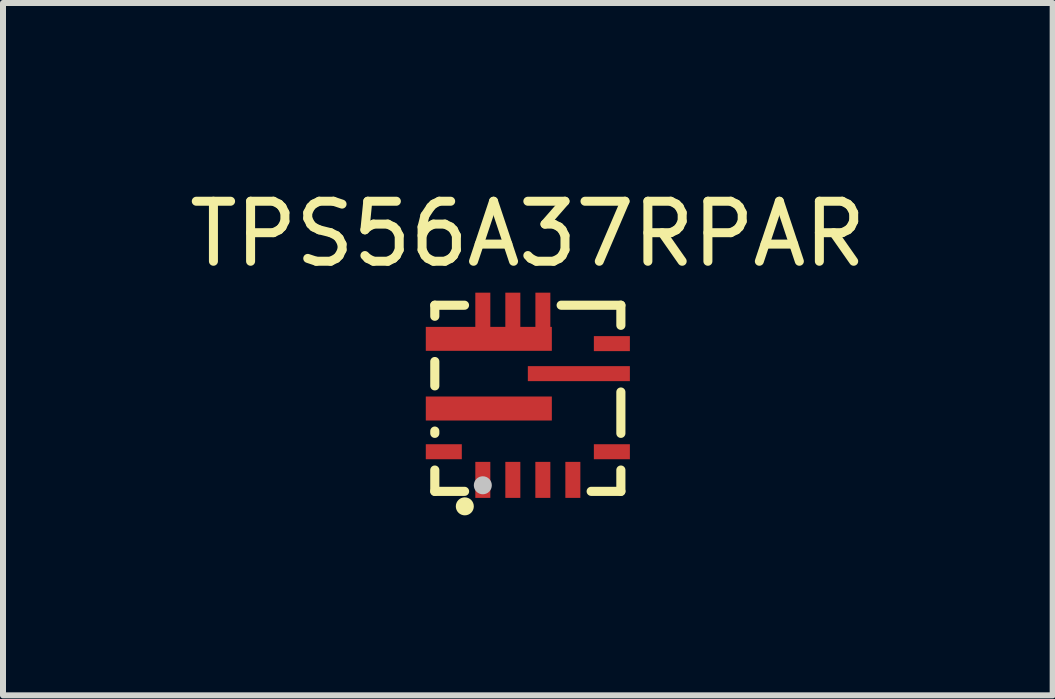
<source format=kicad_pcb>
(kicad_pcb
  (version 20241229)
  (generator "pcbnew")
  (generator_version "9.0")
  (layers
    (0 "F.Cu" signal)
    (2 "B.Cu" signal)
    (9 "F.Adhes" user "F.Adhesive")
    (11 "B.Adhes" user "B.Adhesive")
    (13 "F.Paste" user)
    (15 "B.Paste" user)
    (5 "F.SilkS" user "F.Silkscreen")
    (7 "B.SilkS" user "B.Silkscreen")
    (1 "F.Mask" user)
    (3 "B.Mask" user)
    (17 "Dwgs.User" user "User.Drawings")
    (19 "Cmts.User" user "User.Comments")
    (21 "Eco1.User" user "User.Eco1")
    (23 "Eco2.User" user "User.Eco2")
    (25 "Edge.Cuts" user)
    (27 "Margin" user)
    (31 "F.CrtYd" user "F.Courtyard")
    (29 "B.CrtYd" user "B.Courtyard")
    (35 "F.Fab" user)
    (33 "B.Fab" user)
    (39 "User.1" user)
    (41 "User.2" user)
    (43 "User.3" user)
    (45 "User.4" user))
  (footprint "TPS56A37RPAR"
    (layer "F.Cu")
    (at 5.744 3.628)
    (property "Reference" "TPS56A37RPAR" (at 0 -2.78 0) (layer "F.SilkS") (effects (font (size 1 1) (thickness 0.15))))
    (fp_line (start -1.55 -1.593) (end -1.55 -1.409) (stroke (width 0.152) (type default)) (layer "F.SilkS"))
    (fp_line (start -1.55 -0.655) (end -1.55 -0.249) (stroke (width 0.152) (type default)) (layer "F.SilkS"))
    (fp_line (start -1.55 0.504) (end -1.55 0.542) (stroke (width 0.152) (type default)) (layer "F.SilkS"))
    (fp_line (start -1.55 1.153) (end -1.55 1.508) (stroke (width 0.152) (type default)) (layer "F.SilkS"))
    (fp_line (start -1.55 1.508) (end -1.054 1.508) (stroke (width 0.152) (type default)) (layer "F.SilkS"))
    (fp_line (start -1.055 -1.593) (end -1.55 -1.593) (stroke (width 0.152) (type default)) (layer "F.SilkS"))
    (fp_line (start 1.055 1.508) (end 1.55 1.508) (stroke (width 0.152) (type default)) (layer "F.SilkS"))
    (fp_line (start 1.55 -1.593) (end 0.555 -1.593) (stroke (width 0.152) (type default)) (layer "F.SilkS"))
    (fp_line (start 1.55 -1.258) (end 1.55 -1.593) (stroke (width 0.152) (type default)) (layer "F.SilkS"))
    (fp_line (start 1.55 0.542) (end 1.55 -0.147) (stroke (width 0.152) (type default)) (layer "F.SilkS"))
    (fp_line (start 1.55 1.508) (end 1.55 1.153) (stroke (width 0.152) (type default)) (layer "F.SilkS"))
    (fp_circle (center -1.05 1.758) (end -0.975 1.758) (stroke (width 0.15) (type default)) (fill no) (layer "F.SilkS"))
    (fp_poly (pts (xy -1.7 -0.072) (xy -1.7 0.328) (xy 0.4 0.328) (xy 0.4 -0.072) (xy 0.337 -0.072)) (stroke (width 0) (type default)) (fill yes) (layer "F.Paste"))
    (fp_poly (pts (xy -1.7 0.723) (xy -1.7 0.973) (xy -1.1 0.973) (xy -1.1 0.723) (xy -1.177 0.723)) (stroke (width 0) (type default)) (fill yes) (layer "F.Paste"))
    (fp_poly (pts (xy -0.625 1.018) (xy -0.875 1.018) (xy -0.875 1.617) (xy -0.625 1.617) (xy -0.625 1.54)) (stroke (width 0) (type default)) (fill yes) (layer "F.Paste"))
    (fp_poly (pts (xy -0.125 1.018) (xy -0.375 1.018) (xy -0.375 1.617) (xy -0.125 1.617) (xy -0.125 1.54)) (stroke (width 0) (type default)) (fill yes) (layer "F.Paste"))
    (fp_poly (pts (xy 0.375 1.018) (xy 0.125 1.018) (xy 0.125 1.617) (xy 0.375 1.617) (xy 0.375 1.54)) (stroke (width 0) (type default)) (fill yes) (layer "F.Paste"))
    (fp_poly (pts (xy 0.875 1.018) (xy 0.625 1.018) (xy 0.625 1.617) (xy 0.875 1.617) (xy 0.875 1.54)) (stroke (width 0) (type default)) (fill yes) (layer "F.Paste"))
    (fp_poly (pts (xy 1.699 -0.328) (xy 1.699 -0.578) (xy 0 -0.578) (xy 0 -0.328) (xy 0.699 -0.328)) (stroke (width 0) (type default)) (fill yes) (layer "F.Paste"))
    (fp_poly (pts (xy 1.7 -0.828) (xy 1.7 -1.077) (xy 1.1 -1.077) (xy 1.1 -0.828) (xy 1.177 -0.828)) (stroke (width 0) (type default)) (fill yes) (layer "F.Paste"))
    (fp_poly (pts (xy 1.7 0.973) (xy 1.7 0.723) (xy 1.1 0.723) (xy 1.1 0.973) (xy 1.177 0.973)) (stroke (width 0) (type default)) (fill yes) (layer "F.Paste"))
    (fp_circle (center -0.75 1.407) (end -0.675 1.407) (stroke (width 0.15) (type default)) (fill no) (layer "Dwgs.User"))
    (fp_poly (pts (xy -1.5 -0.833) (xy -1.5 -1.232) (xy 0.4 -1.232) (xy 0.4 -0.833)) (stroke (width 0.1) (type default)) (fill no) (layer "User.1"))
    (fp_poly (pts (xy -1.5 0.328) (xy -1.5 -0.072) (xy 0.4 -0.072) (xy 0.4 0.328)) (stroke (width 0.1) (type default)) (fill no) (layer "User.1"))
    (fp_poly (pts (xy -1.1 0.973) (xy -1.5 0.973) (xy -1.5 0.723) (xy -1.1 0.723)) (stroke (width 0.1) (type default)) (fill no) (layer "User.1"))
    (fp_poly (pts (xy -0.875 -1.143) (xy -0.875 -1.542) (xy -0.625 -1.542) (xy -0.625 -1.143)) (stroke (width 0.1) (type default)) (fill no) (layer "User.1"))
    (fp_poly (pts (xy -0.875 1.458) (xy -0.875 1.058) (xy -0.625 1.058) (xy -0.625 1.458)) (stroke (width 0.1) (type default)) (fill no) (layer "User.1"))
    (fp_poly (pts (xy -0.375 -1.143) (xy -0.375 -1.542) (xy -0.125 -1.542) (xy -0.125 -1.143)) (stroke (width 0.1) (type default)) (fill no) (layer "User.1"))
    (fp_poly (pts (xy -0.375 1.458) (xy -0.375 1.058) (xy -0.125 1.058) (xy -0.125 1.458)) (stroke (width 0.1) (type default)) (fill no) (layer "User.1"))
    (fp_poly (pts (xy 0 -0.328) (xy 0 -0.578) (xy 1.5 -0.578) (xy 1.5 -0.328)) (stroke (width 0.1) (type default)) (fill no) (layer "User.1"))
    (fp_poly (pts (xy 0.125 -1.143) (xy 0.125 -1.542) (xy 0.375 -1.542) (xy 0.375 -1.143)) (stroke (width 0.1) (type default)) (fill no) (layer "User.1"))
    (fp_poly (pts (xy 0.125 1.458) (xy 0.125 1.058) (xy 0.375 1.058) (xy 0.375 1.458)) (stroke (width 0.1) (type default)) (fill no) (layer "User.1"))
    (fp_poly (pts (xy 0.875 1.058) (xy 0.875 1.458) (xy 0.625 1.458) (xy 0.625 1.058)) (stroke (width 0.1) (type default)) (fill no) (layer "User.1"))
    (fp_poly (pts (xy 1.5 -0.828) (xy 1.1 -0.828) (xy 1.1 -1.077) (xy 1.5 -1.077)) (stroke (width 0.1) (type default)) (fill no) (layer "User.1"))
    (fp_poly (pts (xy 1.5 0.973) (xy 1.1 0.973) (xy 1.1 0.723) (xy 1.5 0.723)) (stroke (width 0.1) (type default)) (fill no) (layer "User.1"))
    (fp_line (start -1.5 -1.542) (end 1.5 -1.542) (stroke (width 0.051) (type default)) (layer "User.2"))
    (fp_line (start -1.5 1.458) (end -1.5 -1.542) (stroke (width 0.051) (type default)) (layer "User.2"))
    (fp_line (start 1.5 -1.542) (end 1.5 1.458) (stroke (width 0.051) (type default)) (layer "User.2"))
    (fp_line (start 1.5 1.458) (end -1.5 1.458) (stroke (width 0.051) (type default)) (layer "User.2"))
    (fp_poly (pts (xy -1.445 1.435) (xy -1.477 1.402) (xy -1.523 1.402) (xy -1.555 1.435) (xy -1.555 1.48) (xy -1.523 1.513) (xy -1.477 1.513) (xy -1.445 1.48)) (stroke (width 0.1) (type default)) (fill no) (layer "User.3"))
    (pad "1" smd rect (at -0.75 1.317 90) (size 0.6 0.25) (layers "F.Cu" "F.Mask" "F.Paste"))
    (pad "2" smd rect (at -0.25 1.317 90) (size 0.6 0.25) (layers "F.Cu" "F.Mask" "F.Paste"))
    (pad "3" smd rect (at 0.25 1.317 90) (size 0.6 0.25) (layers "F.Cu" "F.Mask" "F.Paste"))
    (pad "4" smd rect (at 0.75 1.317 90) (size 0.6 0.25) (layers "F.Cu" "F.Mask" "F.Paste"))
    (pad "5" smd rect (at 1.4 0.848) (size 0.6 0.25) (layers "F.Cu" "F.Mask" "F.Paste"))
    (pad "6" smd rect (at 0.85 -0.453 90) (size 0.25 1.7) (layers "F.Cu" "F.Mask" "F.Paste"))
    (pad "7" smd rect (at 1.4 -0.953) (size 0.6 0.25) (layers "F.Cu" "F.Mask" "F.Paste"))
    (pad "8" smd custom (at -0.45 -1.05) (size 0.1 1.524) (layers "F.Cu" "F.Mask" "F.Paste") (options (anchor circle)) (primitives (gr_poly (pts (xy -1.25 -0.182) (xy -1.25 0.217) (xy 0.85 0.217) (xy 0.85 -0.182) (xy 0.825 -0.182) (xy 0.825 -0.752) (xy 0.576 -0.752) (xy 0.576 -0.182) (xy 0.325 -0.182) (xy 0.325 -0.752) (xy 0.075 -0.752) (xy 0.075 -0.182) (xy -0.175 -0.182) (xy -0.175 -0.752) (xy -0.425 -0.752) (xy -0.425 -0.182) (xy -1.005 -0.182)) (width 0) (fill yes))))
    (pad "9" smd rect (at -0.65 0.128 90) (size 0.4 2.1) (layers "F.Cu" "F.Mask" "F.Paste"))
    (pad "10" smd rect (at -1.4 0.848) (size 0.6 0.25) (layers "F.Cu" "F.Mask" "F.Paste")))
  (gr_rect
    (start -3 -3)
    (end 14.488 8.535)
    (stroke (width 0.1) (type default))
    (fill no)
    (layer "Edge.Cuts")))
</source>
